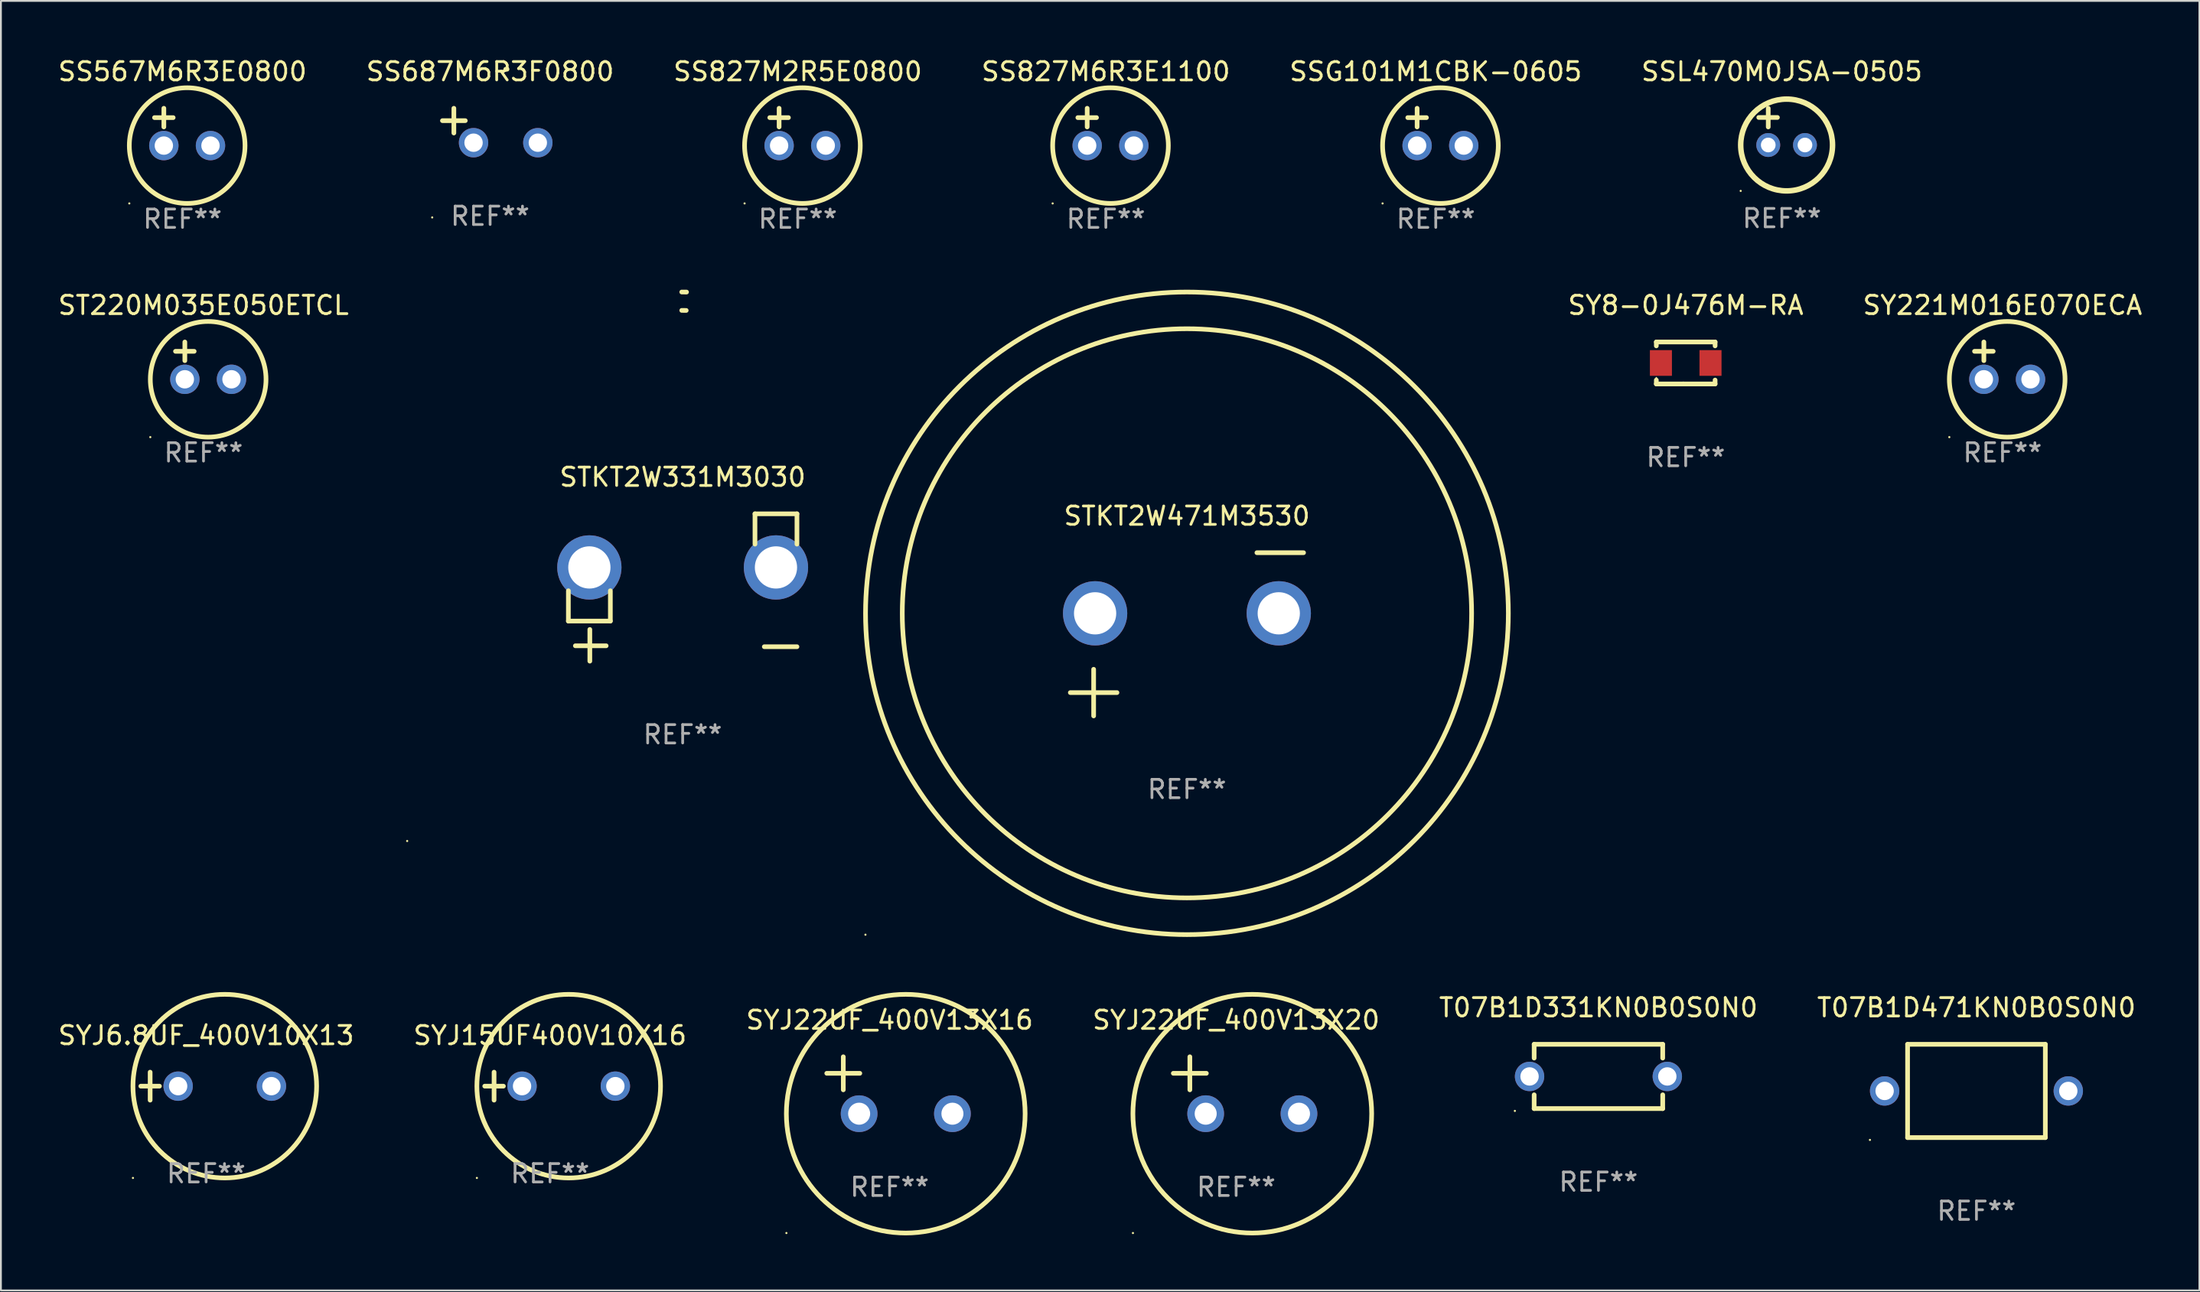
<source format=kicad_pcb>
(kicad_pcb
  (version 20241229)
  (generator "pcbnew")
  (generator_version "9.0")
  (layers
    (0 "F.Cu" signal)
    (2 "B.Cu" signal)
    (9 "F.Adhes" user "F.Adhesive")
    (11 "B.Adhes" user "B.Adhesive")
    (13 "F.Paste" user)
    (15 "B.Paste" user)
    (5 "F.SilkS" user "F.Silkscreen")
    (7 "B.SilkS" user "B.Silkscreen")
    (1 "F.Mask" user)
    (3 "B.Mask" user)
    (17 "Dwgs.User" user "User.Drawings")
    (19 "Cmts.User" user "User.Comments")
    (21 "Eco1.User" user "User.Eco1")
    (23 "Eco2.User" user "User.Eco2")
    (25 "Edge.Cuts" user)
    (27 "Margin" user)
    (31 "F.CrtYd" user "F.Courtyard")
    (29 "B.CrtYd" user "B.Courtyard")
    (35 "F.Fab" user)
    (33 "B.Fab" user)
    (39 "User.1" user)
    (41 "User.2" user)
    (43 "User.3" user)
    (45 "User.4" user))
  (footprint "SYJ22UF_400V13X16"
    (layer "F.Cu")
    (at 45.387 56.06)
    (property "Reference" "SYJ22UF_400V13X16" (at 0 -3.55 0) (layer "F.SilkS") (effects (font (size 1 1) (thickness 0.15))))
    (attr through_hole)
    (fp_line (start -3.421 -0.65) (end -1.621 -0.65) (stroke (width 0.254) (type solid)) (layer "F.SilkS"))
    (fp_line (start -2.521 -1.55) (end -2.521 0.25) (stroke (width 0.254) (type solid)) (layer "F.SilkS"))
    (fp_circle (center -5.619 8.05) (end -5.589 8.05) (stroke (width 0.06) (type solid)) (fill no) (layer "F.SilkS"))
    (fp_circle (center 0.879 1.55) (end 7.379 1.55) (stroke (width 0.254) (type solid)) (fill no) (layer "F.SilkS"))
    (fp_text user "REF**" (at 0 5.55 0) (layer "F.Fab") (effects (font (size 1 1) (thickness 0.15))))
    (pad "1" thru_hole circle (at -1.659 1.55) (size 2 2) (drill 1.2) (layers "*.Cu" "*.Mask"))
    (pad "2" thru_hole circle (at 3.421 1.55) (size 2 2) (drill 1.2) (layers "*.Cu" "*.Mask")))
  (footprint "SSL470M0JSA-0505"
    (layer "F.Cu")
    (at 93.97 3.848)
    (property "Reference" "SSL470M0JSA-0505" (at 0 -3 0) (layer "F.SilkS") (effects (font (size 1 1) (thickness 0.15))))
    (attr through_hole)
    (fp_line (start -1.258 -0.5) (end -0.242 -0.5) (stroke (width 0.254) (type solid)) (layer "F.SilkS"))
    (fp_line (start -0.742 -1) (end -0.742 0.016) (stroke (width 0.254) (type solid)) (layer "F.SilkS"))
    (fp_circle (center -2.242 3.5) (end -2.212 3.5) (stroke (width 0.06) (type solid)) (fill no) (layer "F.SilkS"))
    (fp_circle (center 0.258 1) (end 2.758 1) (stroke (width 0.3) (type solid)) (fill no) (layer "F.SilkS"))
    (fp_text user "REF**" (at 0 5 0) (layer "F.Fab") (effects (font (size 1 1) (thickness 0.15))))
    (pad "1" thru_hole circle (at -0.742 1) (size 1.3 1.3) (drill 0.8) (layers "*.Cu" "*.Mask"))
    (pad "2" thru_hole circle (at 1.258 1) (size 1.3 1.3) (drill 0.8) (layers "*.Cu" "*.Mask")))
  (footprint "SYJ15UF400V10X16"
    (layer "F.Cu")
    (at 26.899 56.11)
    (property "Reference" "SYJ15UF400V10X16" (at 0 -2.762 0) (layer "F.SilkS") (effects (font (size 1 1) (thickness 0.15))))
    (attr through_hole)
    (fp_line (start -3.556 0) (end -2.54 0) (stroke (width 0.254) (type solid)) (layer "F.SilkS"))
    (fp_line (start -3.048 -0.762) (end -3.048 0.762) (stroke (width 0.254) (type solid)) (layer "F.SilkS"))
    (fp_circle (center -3.984 5) (end -3.954 5) (stroke (width 0.06) (type solid)) (fill no) (layer "F.SilkS"))
    (fp_circle (center 1.016 0) (end 6.016 0) (stroke (width 0.254) (type solid)) (fill no) (layer "F.SilkS"))
    (fp_text user "REF**" (at 0 4.762 0) (layer "F.Fab") (effects (font (size 1 1) (thickness 0.15))))
    (pad "1" thru_hole circle (at -1.524 0) (size 1.6 1.6) (drill 1) (layers "*.Cu" "*.Mask"))
    (pad "2" thru_hole circle (at 3.556 0) (size 1.6 1.6) (drill 1) (layers "*.Cu" "*.Mask")))
  (footprint "SY221M016E070ECA"
    (layer "F.Cu")
    (at 105.984 16.593)
    (property "Reference" "SY221M016E070ECA" (at 0 -3.016 0) (layer "F.SilkS") (effects (font (size 1 1) (thickness 0.15))))
    (attr through_hole)
    (fp_line (start -1.524 -0.508) (end -0.508 -0.508) (stroke (width 0.254) (type solid)) (layer "F.SilkS"))
    (fp_line (start -1.016 -1.016) (end -1.016 0) (stroke (width 0.254) (type solid)) (layer "F.SilkS"))
    (fp_circle (center -2.896 4.166) (end -2.866 4.166) (stroke (width 0.06) (type solid)) (fill no) (layer "F.SilkS"))
    (fp_circle (center 0.254 1.016) (end 3.404 1.016) (stroke (width 0.254) (type solid)) (fill no) (layer "F.SilkS"))
    (fp_text user "REF**" (at 0 5.016 0) (layer "F.Fab") (effects (font (size 1 1) (thickness 0.15))))
    (pad "1" thru_hole circle (at -1.016 1.016) (size 1.6 1.6) (drill 1) (layers "*.Cu" "*.Mask"))
    (pad "2" thru_hole circle (at 1.524 1.016) (size 1.6 1.6) (drill 1) (layers "*.Cu" "*.Mask")))
  (footprint "SY8-0J476M-RA"
    (layer "F.Cu")
    (at 88.734 16.72)
    (property "Reference" "SY8-0J476M-RA" (at 0 -3.143 0) (layer "F.SilkS") (effects (font (size 1 1) (thickness 0.15))))
    (attr through_hole)
    (fp_line (start -1.6 1.143) (end -0.128 1.143) (stroke (width 0.254) (type solid)) (layer "F.SilkS"))
    (fp_line (start -1.6 -1.143) (end -1.6 -0.931) (stroke (width 0.254) (type solid)) (layer "F.SilkS"))
    (fp_line (start -1.6 -1.143) (end 1.6 -1.143) (stroke (width 0.254) (type solid)) (layer "F.SilkS"))
    (fp_line (start -1.6 0.931) (end -1.6 1.143) (stroke (width 0.254) (type solid)) (layer "F.SilkS"))
    (fp_line (start -0.128 1.143) (end -0.128 1.143) (stroke (width 0.254) (type solid)) (layer "F.SilkS"))
    (fp_line (start -0.128 1.143) (end 1.6 1.143) (stroke (width 0.254) (type solid)) (layer "F.SilkS"))
    (fp_line (start 1.6 -1.143) (end 1.6 -0.931) (stroke (width 0.254) (type solid)) (layer "F.SilkS"))
    (fp_line (start 1.6 0.931) (end 1.6 1.143) (stroke (width 0.254) (type solid)) (layer "F.SilkS"))
    (fp_circle (center -1.6 0.8) (end -1.58 0.8) (stroke (width 0.04) (type solid)) (fill no) (layer "F.SilkS"))
    (fp_text user "REF**" (at 0 5.143 0) (layer "F.Fab") (effects (font (size 1 1) (thickness 0.15))))
    (pad "1" smd rect (at -1.35 0) (size 1.2 1.4) (layers "F.Cu" "F.Mask" "F.Paste"))
    (pad "2" smd rect (at 1.35 0) (size 1.2 1.4) (layers "F.Cu" "F.Mask" "F.Paste")))
  (footprint "SYJ22UF_400V13X20"
    (layer "F.Cu")
    (at 64.256 56.06)
    (property "Reference" "SYJ22UF_400V13X20" (at 0 -3.55 0) (layer "F.SilkS") (effects (font (size 1 1) (thickness 0.15))))
    (attr through_hole)
    (fp_line (start -3.421 -0.65) (end -1.621 -0.65) (stroke (width 0.254) (type solid)) (layer "F.SilkS"))
    (fp_line (start -2.521 -1.55) (end -2.521 0.25) (stroke (width 0.254) (type solid)) (layer "F.SilkS"))
    (fp_circle (center -5.619 8.05) (end -5.589 8.05) (stroke (width 0.06) (type solid)) (fill no) (layer "F.SilkS"))
    (fp_circle (center 0.879 1.55) (end 7.379 1.55) (stroke (width 0.254) (type solid)) (fill no) (layer "F.SilkS"))
    (fp_text user "REF**" (at 0 5.55 0) (layer "F.Fab") (effects (font (size 1 1) (thickness 0.15))))
    (pad "1" thru_hole circle (at -1.659 1.55) (size 2 2) (drill 1.2) (layers "*.Cu" "*.Mask"))
    (pad "2" thru_hole circle (at 3.421 1.55) (size 2 2) (drill 1.2) (layers "*.Cu" "*.Mask")))
  (footprint "T07B1D471KN0B0S0N0"
    (layer "F.Cu")
    (at 104.565 56.371)
    (property "Reference" "T07B1D471KN0B0S0N0" (at 0 -4.54 0) (layer "F.SilkS") (effects (font (size 1 1) (thickness 0.15))))
    (attr through_hole)
    (fp_line (start -3.75 -2.54) (end 3.75 -2.54) (stroke (width 0.254) (type solid)) (layer "F.SilkS"))
    (fp_line (start -3.75 2.54) (end -3.75 -2.54) (stroke (width 0.254) (type solid)) (layer "F.SilkS"))
    (fp_line (start 3.75 -2.54) (end 3.75 2.54) (stroke (width 0.254) (type solid)) (layer "F.SilkS"))
    (fp_line (start 3.75 2.54) (end -3.75 2.54) (stroke (width 0.254) (type solid)) (layer "F.SilkS"))
    (fp_circle (center -5.8 2.667) (end -5.77 2.667) (stroke (width 0.06) (type solid)) (fill no) (layer "F.SilkS"))
    (fp_text user "REF**" (at 0 6.54 0) (layer "F.Fab") (effects (font (size 1 1) (thickness 0.15))))
    (pad "1" thru_hole circle (at -5 0) (size 1.6 1.6) (drill 1) (layers "*.Cu" "*.Mask"))
    (pad "2" thru_hole circle (at 5 0) (size 1.6 1.6) (drill 1) (layers "*.Cu" "*.Mask")))
  (footprint "ST220M035E050ETCL"
    (layer "F.Cu")
    (at 8.03 16.593)
    (property "Reference" "ST220M035E050ETCL" (at 0 -3.016 0) (layer "F.SilkS") (effects (font (size 1 1) (thickness 0.15))))
    (attr through_hole)
    (fp_line (start -1.524 -0.508) (end -0.508 -0.508) (stroke (width 0.254) (type solid)) (layer "F.SilkS"))
    (fp_line (start -1.016 -1.016) (end -1.016 0) (stroke (width 0.254) (type solid)) (layer "F.SilkS"))
    (fp_circle (center -2.896 4.166) (end -2.866 4.166) (stroke (width 0.06) (type solid)) (fill no) (layer "F.SilkS"))
    (fp_circle (center 0.254 1.016) (end 3.404 1.016) (stroke (width 0.254) (type solid)) (fill no) (layer "F.SilkS"))
    (fp_text user "REF**" (at 0 5.016 0) (layer "F.Fab") (effects (font (size 1 1) (thickness 0.15))))
    (pad "1" thru_hole circle (at -1.016 1.016) (size 1.6 1.6) (drill 1) (layers "*.Cu" "*.Mask"))
    (pad "2" thru_hole circle (at 1.524 1.016) (size 1.6 1.6) (drill 1) (layers "*.Cu" "*.Mask")))
  (footprint "SYJ6.8UF_400V10X13"
    (layer "F.Cu")
    (at 8.173 56.11)
    (property "Reference" "SYJ6.8UF_400V10X13" (at 0 -2.762 0) (layer "F.SilkS") (effects (font (size 1 1) (thickness 0.15))))
    (attr through_hole)
    (fp_line (start -3.556 0) (end -2.54 0) (stroke (width 0.254) (type solid)) (layer "F.SilkS"))
    (fp_line (start -3.048 -0.762) (end -3.048 0.762) (stroke (width 0.254) (type solid)) (layer "F.SilkS"))
    (fp_circle (center -3.984 5) (end -3.954 5) (stroke (width 0.06) (type solid)) (fill no) (layer "F.SilkS"))
    (fp_circle (center 1.016 0) (end 6.016 0) (stroke (width 0.254) (type solid)) (fill no) (layer "F.SilkS"))
    (fp_text user "REF**" (at 0 4.762 0) (layer "F.Fab") (effects (font (size 1 1) (thickness 0.15))))
    (pad "1" thru_hole circle (at -1.524 0) (size 1.6 1.6) (drill 1) (layers "*.Cu" "*.Mask"))
    (pad "2" thru_hole circle (at 3.556 0) (size 1.6 1.6) (drill 1) (layers "*.Cu" "*.Mask")))
  (footprint "STKT2W331M3030"
    (layer "F.Cu")
    (at 34.12 28.949)
    (property "Reference" "STKT2W331M3030" (at 0 -6.013 0) (layer "F.SilkS") (effects (font (size 1 1) (thickness 0.15))))
    (attr through_hole)
    (fp_line (start -6.223 0.178) (end -6.223 1.829) (stroke (width 0.254) (type solid)) (layer "F.SilkS"))
    (fp_line (start -6.223 1.829) (end -3.937 1.829) (stroke (width 0.254) (type solid)) (layer "F.SilkS"))
    (fp_line (start -5.055 4.013) (end -5.055 2.286) (stroke (width 0.254) (type solid)) (layer "F.SilkS"))
    (fp_line (start -4.166 3.175) (end -5.842 3.175) (stroke (width 0.254) (type solid)) (layer "F.SilkS"))
    (fp_line (start -3.937 1.829) (end -3.937 0.178) (stroke (width 0.254) (type solid)) (layer "F.SilkS"))
    (fp_line (start 3.937 -4.013) (end 3.937 -2.362) (stroke (width 0.254) (type solid)) (layer "F.SilkS"))
    (fp_line (start 6.223 -4.013) (end 3.937 -4.013) (stroke (width 0.254) (type solid)) (layer "F.SilkS"))
    (fp_line (start 6.223 -2.362) (end 6.223 -4.013) (stroke (width 0.254) (type solid)) (layer "F.SilkS"))
    (fp_line (start 6.223 3.226) (end 4.445 3.226) (stroke (width 0.254) (type solid)) (layer "F.SilkS"))
    (fp_arc (start -0.0508 -16.093472) (mid 0.080016 -16.092762) (end 0.210821 -16.090932) (stroke (width 0.254001) (type solid)) (layer "F.SilkS"))
    (fp_arc (start -0.0508 -15.09271) (mid 0.071125 -15.091961) (end 0.19304 -15.09017) (stroke (width 0.254001) (type solid)) (layer "F.SilkS"))
    (fp_circle (center -15 13.808) (end -14.97 13.808) (stroke (width 0.06) (type solid)) (fill no) (layer "F.SilkS"))
    (fp_text user "REF**" (at 0 8.013 0) (layer "F.Fab") (effects (font (size 1 1) (thickness 0.15))))
    (pad "1" thru_hole circle (at -5.08 -1.092) (size 3.5 3.5) (drill 2.3) (layers "*.Cu" "*.Mask"))
    (pad "2" thru_hole circle (at 5.08 -1.092) (size 3.5 3.5) (drill 2.3) (layers "*.Cu" "*.Mask")))
  (footprint "SS827M2R5E0800"
    (layer "F.Cu")
    (at 40.387 3.864)
    (property "Reference" "SS827M2R5E0800" (at 0 -3.016 0) (layer "F.SilkS") (effects (font (size 1 1) (thickness 0.15))))
    (attr through_hole)
    (fp_line (start -1.524 -0.508) (end -0.508 -0.508) (stroke (width 0.254) (type solid)) (layer "F.SilkS"))
    (fp_line (start -1.016 -1.016) (end -1.016 0) (stroke (width 0.254) (type solid)) (layer "F.SilkS"))
    (fp_circle (center -2.896 4.166) (end -2.866 4.166) (stroke (width 0.06) (type solid)) (fill no) (layer "F.SilkS"))
    (fp_circle (center 0.254 1.016) (end 3.404 1.016) (stroke (width 0.254) (type solid)) (fill no) (layer "F.SilkS"))
    (fp_text user "REF**" (at 0 5.016 0) (layer "F.Fab") (effects (font (size 1 1) (thickness 0.15))))
    (pad "1" thru_hole circle (at -1.016 1.016) (size 1.6 1.6) (drill 1) (layers "*.Cu" "*.Mask"))
    (pad "2" thru_hole circle (at 1.524 1.016) (size 1.6 1.6) (drill 1) (layers "*.Cu" "*.Mask")))
  (footprint "SS687M6R3F0800"
    (layer "F.Cu")
    (at 23.637 3.785)
    (property "Reference" "SS687M6R3F0800" (at 0 -2.937 0) (layer "F.SilkS") (effects (font (size 1 1) (thickness 0.15))))
    (attr through_hole)
    (fp_line (start -1.975 0.41) (end -1.975 -0.937) (stroke (width 0.254) (type solid)) (layer "F.SilkS"))
    (fp_line (start -1.353 -0.263) (end -2.597 -0.263) (stroke (width 0.254) (type solid)) (layer "F.SilkS"))
    (fp_arc (start 0.849809 -3.063957) (mid 0.885369 -3.064114) (end 0.920929 -3.063957) (stroke (width 0.254001) (type solid)) (layer "F.SilkS"))
    (fp_circle (center -3.154 5.008) (end -3.124 5.008) (stroke (width 0.06) (type solid)) (fill no) (layer "F.SilkS"))
    (fp_text user "REF**" (at 0 4.937 0) (layer "F.Fab") (effects (font (size 1 1) (thickness 0.15))))
    (pad "1" thru_hole circle (at -0.903 0.937) (size 1.6 1.6) (drill 1) (layers "*.Cu" "*.Mask"))
    (pad "2" thru_hole circle (at 2.597 0.937) (size 1.6 1.6) (drill 1) (layers "*.Cu" "*.Mask")))
  (footprint "STKT2W471M3530"
    (layer "F.Cu")
    (at 61.577 31.499)
    (property "Reference" "STKT2W471M3530" (at 0 -6.445 0) (layer "F.SilkS") (effects (font (size 1 1) (thickness 0.15))))
    (attr through_hole)
    (fp_line (start -6.35 3.175) (end -3.81 3.175) (stroke (width 0.254) (type solid)) (layer "F.SilkS"))
    (fp_line (start -5.08 1.905) (end -5.08 4.445) (stroke (width 0.254) (type solid)) (layer "F.SilkS"))
    (fp_line (start 3.81 -4.445) (end 6.35 -4.445) (stroke (width 0.254) (type solid)) (layer "F.SilkS"))
    (fp_circle (center -17.505 16.362) (end -17.475 16.362) (stroke (width 0.06) (type solid)) (fill no) (layer "F.SilkS"))
    (fp_circle (center 0 -1.143) (end 15.5 -1.143) (stroke (width 0.254) (type solid)) (fill no) (layer "F.SilkS"))
    (fp_circle (center 0 -1.143) (end 17.5 -1.143) (stroke (width 0.254) (type solid)) (fill no) (layer "F.SilkS"))
    (fp_text user "REF**" (at 0 8.445 0) (layer "F.Fab") (effects (font (size 1 1) (thickness 0.15))))
    (pad "1" thru_hole circle (at -5 -1.143) (size 3.5 3.5) (drill 2.3) (layers "*.Cu" "*.Mask"))
    (pad "2" thru_hole circle (at 5 -1.143) (size 3.5 3.5) (drill 2.3) (layers "*.Cu" "*.Mask")))
  (footprint "SS567M6R3E0800"
    (layer "F.Cu")
    (at 6.887 3.864)
    (property "Reference" "SS567M6R3E0800" (at 0 -3.016 0) (layer "F.SilkS") (effects (font (size 1 1) (thickness 0.15))))
    (attr through_hole)
    (fp_line (start -1.524 -0.508) (end -0.508 -0.508) (stroke (width 0.254) (type solid)) (layer "F.SilkS"))
    (fp_line (start -1.016 -1.016) (end -1.016 0) (stroke (width 0.254) (type solid)) (layer "F.SilkS"))
    (fp_circle (center -2.896 4.166) (end -2.866 4.166) (stroke (width 0.06) (type solid)) (fill no) (layer "F.SilkS"))
    (fp_circle (center 0.254 1.016) (end 3.404 1.016) (stroke (width 0.254) (type solid)) (fill no) (layer "F.SilkS"))
    (fp_text user "REF**" (at 0 5.016 0) (layer "F.Fab") (effects (font (size 1 1) (thickness 0.15))))
    (pad "1" thru_hole circle (at -1.016 1.016) (size 1.6 1.6) (drill 1) (layers "*.Cu" "*.Mask"))
    (pad "2" thru_hole circle (at 1.524 1.016) (size 1.6 1.6) (drill 1) (layers "*.Cu" "*.Mask")))
  (footprint "SS827M6R3E1100"
    (layer "F.Cu")
    (at 57.161 3.864)
    (property "Reference" "SS827M6R3E1100" (at 0 -3.016 0) (layer "F.SilkS") (effects (font (size 1 1) (thickness 0.15))))
    (attr through_hole)
    (fp_line (start -1.524 -0.508) (end -0.508 -0.508) (stroke (width 0.254) (type solid)) (layer "F.SilkS"))
    (fp_line (start -1.016 -1.016) (end -1.016 0) (stroke (width 0.254) (type solid)) (layer "F.SilkS"))
    (fp_circle (center -2.896 4.166) (end -2.866 4.166) (stroke (width 0.06) (type solid)) (fill no) (layer "F.SilkS"))
    (fp_circle (center 0.254 1.016) (end 3.404 1.016) (stroke (width 0.254) (type solid)) (fill no) (layer "F.SilkS"))
    (fp_text user "REF**" (at 0 5.016 0) (layer "F.Fab") (effects (font (size 1 1) (thickness 0.15))))
    (pad "1" thru_hole circle (at -1.016 1.016) (size 1.6 1.6) (drill 1) (layers "*.Cu" "*.Mask"))
    (pad "2" thru_hole circle (at 1.524 1.016) (size 1.6 1.6) (drill 1) (layers "*.Cu" "*.Mask")))
  (footprint "T07B1D331KN0B0S0N0"
    (layer "F.Cu")
    (at 83.982 55.581)
    (property "Reference" "T07B1D331KN0B0S0N0" (at 0 -3.75 0) (layer "F.SilkS") (effects (font (size 1 1) (thickness 0.15))))
    (attr through_hole)
    (fp_line (start -3.5 -1.75) (end -3.5 -1) (stroke (width 0.254) (type solid)) (layer "F.SilkS"))
    (fp_line (start -3.5 -1.75) (end 3.5 -1.75) (stroke (width 0.254) (type solid)) (layer "F.SilkS"))
    (fp_line (start -3.5 1) (end -3.5 1.75) (stroke (width 0.254) (type solid)) (layer "F.SilkS"))
    (fp_line (start 3.5 -1.75) (end 3.5 -1) (stroke (width 0.254) (type solid)) (layer "F.SilkS"))
    (fp_line (start 3.5 1) (end 3.5 1.75) (stroke (width 0.254) (type solid)) (layer "F.SilkS"))
    (fp_line (start 3.5 1.75) (end -3.5 1.75) (stroke (width 0.254) (type solid)) (layer "F.SilkS"))
    (fp_circle (center -4.55 1.877) (end -4.52 1.877) (stroke (width 0.06) (type solid)) (fill no) (layer "F.SilkS"))
    (fp_text user "REF**" (at 0 5.75 0) (layer "F.Fab") (effects (font (size 1 1) (thickness 0.15))))
    (pad "1" thru_hole circle (at -3.75 -0.000038) (size 1.6 1.6) (drill 1) (layers "*.Cu" "*.Mask"))
    (pad "2" thru_hole circle (at 3.75 -0.000038) (size 1.6 1.6) (drill 1) (layers "*.Cu" "*.Mask")))
  (footprint "SSG101M1CBK-0605"
    (layer "F.Cu")
    (at 75.125 3.864)
    (property "Reference" "SSG101M1CBK-0605" (at 0 -3.016 0) (layer "F.SilkS") (effects (font (size 1 1) (thickness 0.15))))
    (attr through_hole)
    (fp_line (start -1.524 -0.508) (end -0.508 -0.508) (stroke (width 0.254) (type solid)) (layer "F.SilkS"))
    (fp_line (start -1.016 -1.016) (end -1.016 0) (stroke (width 0.254) (type solid)) (layer "F.SilkS"))
    (fp_circle (center -2.896 4.166) (end -2.866 4.166) (stroke (width 0.06) (type solid)) (fill no) (layer "F.SilkS"))
    (fp_circle (center 0.254 1.016) (end 3.404 1.016) (stroke (width 0.254) (type solid)) (fill no) (layer "F.SilkS"))
    (fp_text user "REF**" (at 0 5.016 0) (layer "F.Fab") (effects (font (size 1 1) (thickness 0.15))))
    (pad "1" thru_hole circle (at -1.016 1.016) (size 1.6 1.6) (drill 1) (layers "*.Cu" "*.Mask"))
    (pad "2" thru_hole circle (at 1.524 1.016) (size 1.6 1.6) (drill 1) (layers "*.Cu" "*.Mask")))
  (gr_rect
    (start -3 -3)
    (end 116.704 67.237)
    (stroke (width 0.1) (type default))
    (fill no)
    (layer "Edge.Cuts")))
</source>
